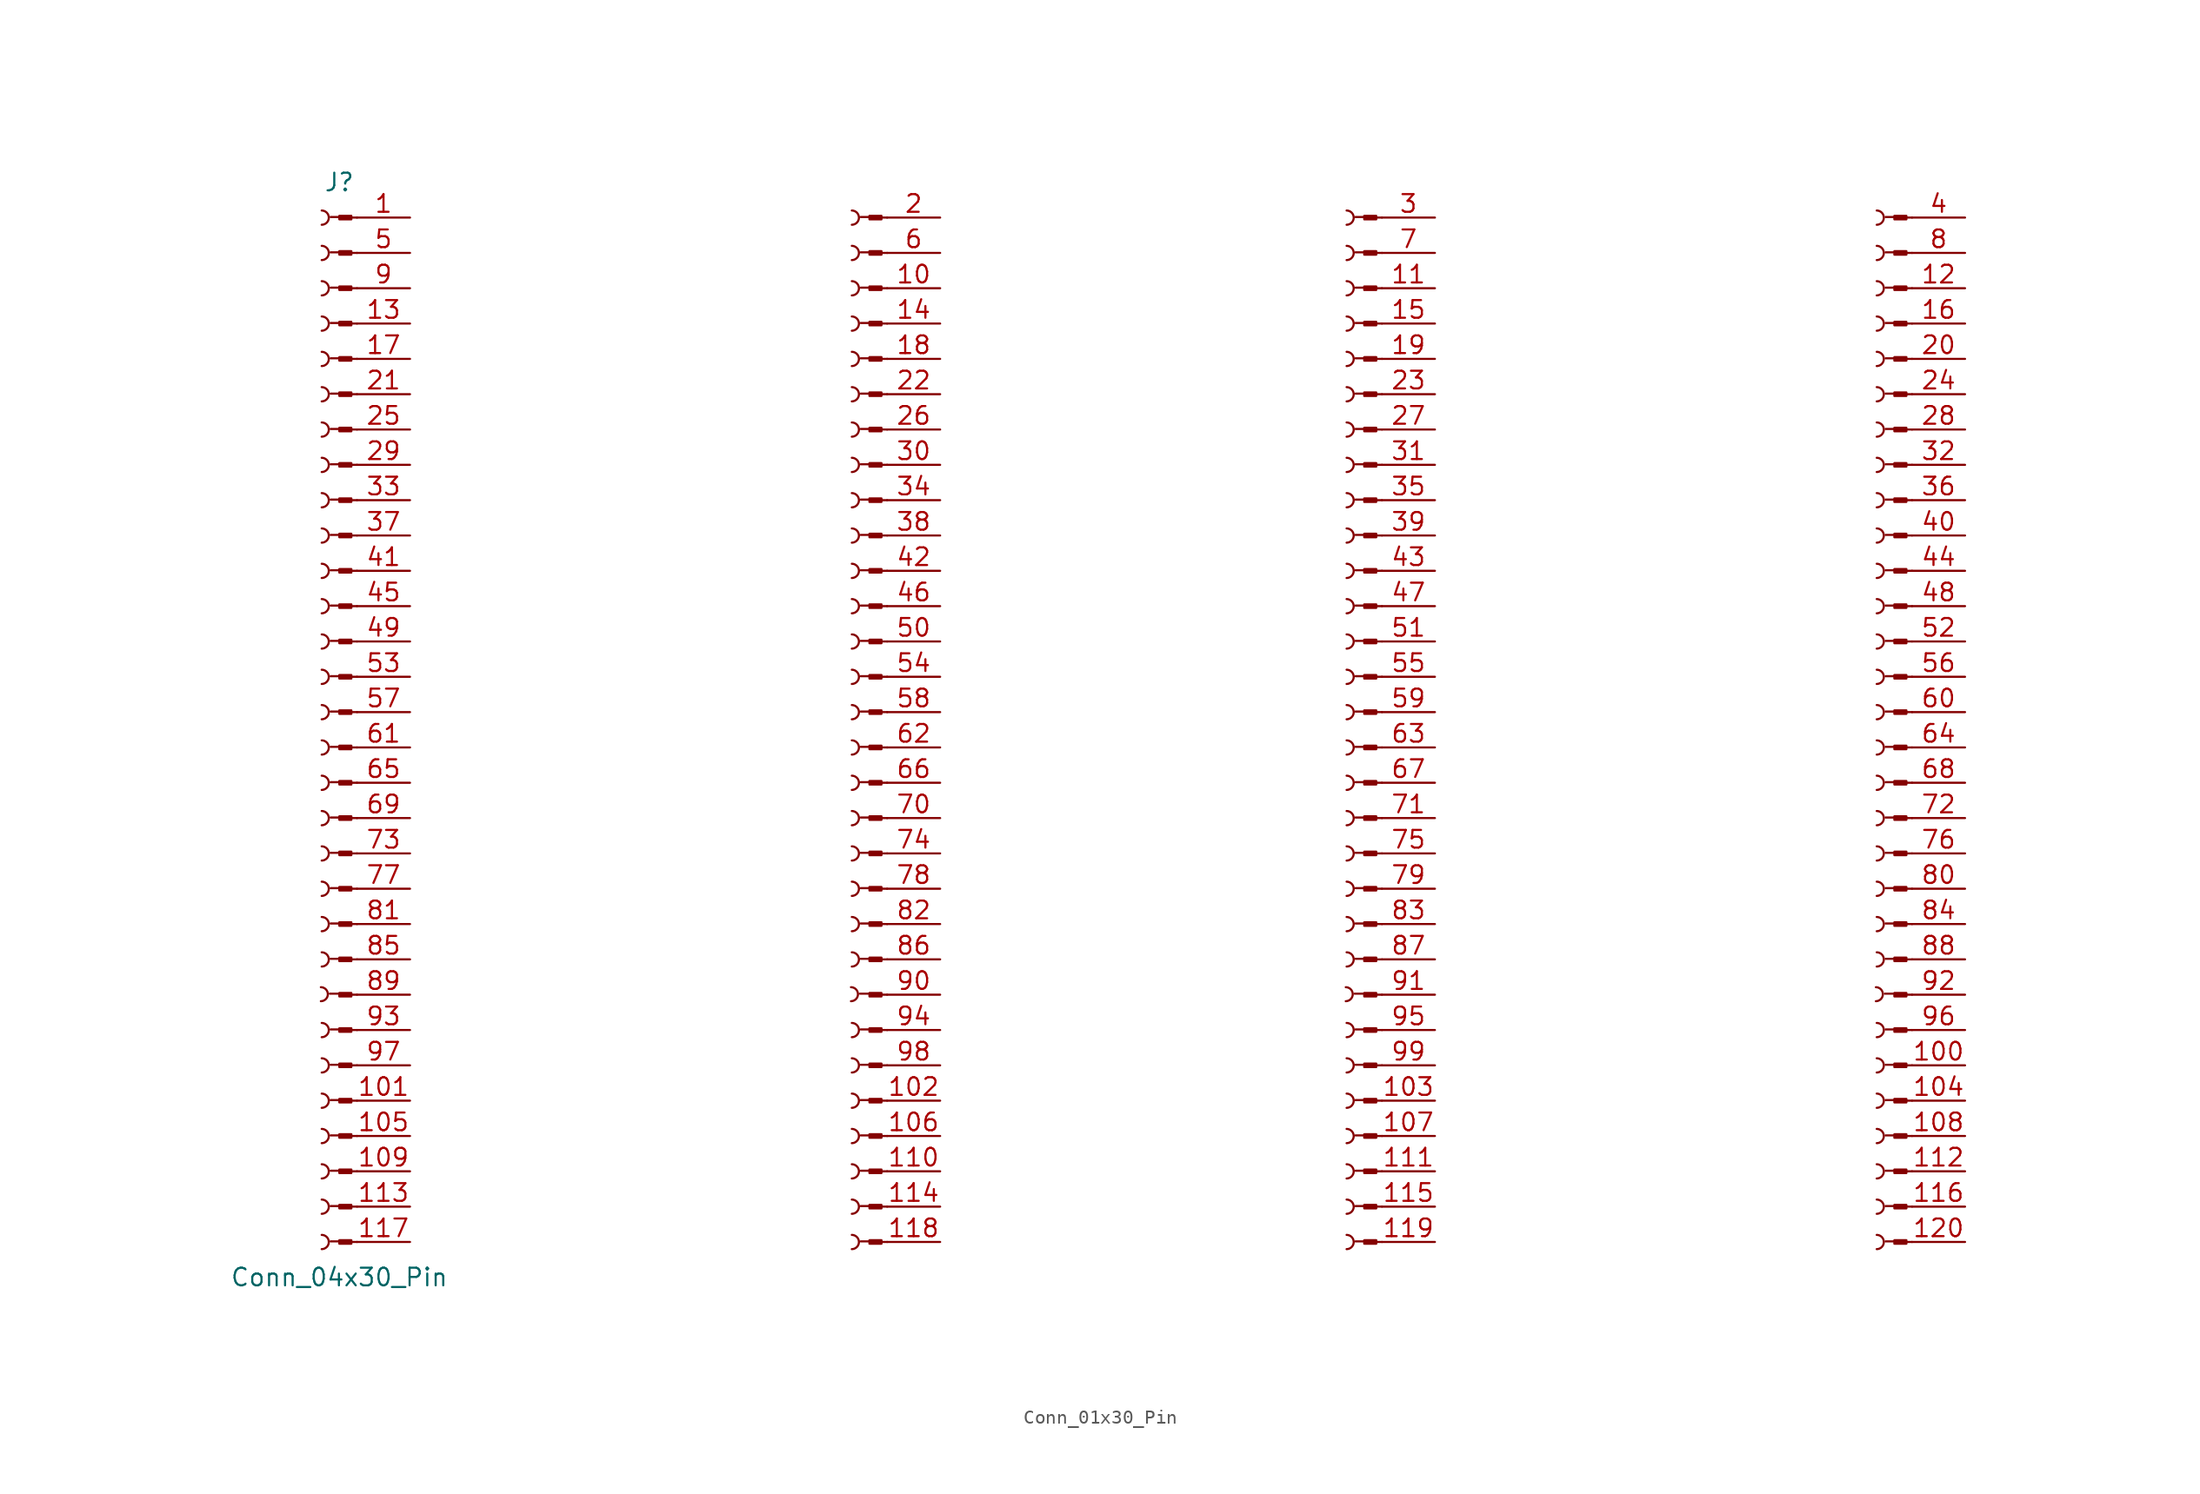
<source format=kicad_sym>
(kicad_symbol_lib
  (version 20220914)
  (generator kicad_symbol_editor)
  (symbol "Conn_01x30_Pin"
    (pin_names
      (offset 1.016) hide)
    (property "Reference" "J"
      (at 0 38.1 0)
      (effects (font (size 1.27 1.27))))
    (property "Value" "Conn_04x30_Pin"
      (at 0 -40.64 0)
      (effects (font (size 1.27 1.27))))
    (property "ki_locked" ""
      (at 0 0 0)
      (effects (font (size 1.27 1.27))))
    (symbol "Conn_01x30_Pin_1_1"
      (arc (start -1.3279 -20.7968) (mid -0.8221 -20.2888) (end -1.3279 -19.7808) (stroke (width 0.1524) (type default)) (fill (type none)))
      (arc (start -1.2678 -38.608) (mid -0.762 -38.1) (end -1.2678 -37.592) (stroke (width 0.1524) (type default)) (fill (type none)))
      (arc (start -1.2678 -36.068) (mid -0.762 -35.56) (end -1.2678 -35.052) (stroke (width 0.1524) (type default)) (fill (type none)))
      (arc (start -1.2678 -33.528) (mid -0.762 -33.02) (end -1.2678 -32.512) (stroke (width 0.1524) (type default)) (fill (type none)))
      (arc (start -1.2678 -30.988) (mid -0.762 -30.48) (end -1.2678 -29.972) (stroke (width 0.1524) (type default)) (fill (type none)))
      (arc (start -1.2678 -28.448) (mid -0.762 -27.94) (end -1.2678 -27.432) (stroke (width 0.1524) (type default)) (fill (type none)))
      (arc (start -1.2678 -25.908) (mid -0.762 -25.4) (end -1.2678 -24.892) (stroke (width 0.1524) (type default)) (fill (type none)))
      (arc (start -1.2678 -23.368) (mid -0.762 -22.86) (end -1.2678 -22.352) (stroke (width 0.1524) (type default)) (fill (type none)))
      (arc (start -1.2678 -18.288) (mid -0.762 -17.78) (end -1.2678 -17.272) (stroke (width 0.1524) (type default)) (fill (type none)))
      (arc (start -1.2678 -15.748) (mid -0.762 -15.24) (end -1.2678 -14.732) (stroke (width 0.1524) (type default)) (fill (type none)))
      (arc (start -1.2678 -13.208) (mid -0.762 -12.7) (end -1.2678 -12.192) (stroke (width 0.1524) (type default)) (fill (type none)))
      (arc (start -1.2678 -10.668) (mid -0.762 -10.16) (end -1.2678 -9.652) (stroke (width 0.1524) (type default)) (fill (type none)))
      (arc (start -1.2678 -8.128) (mid -0.762 -7.62) (end -1.2678 -7.112) (stroke (width 0.1524) (type default)) (fill (type none)))
      (arc (start -1.2678 -5.588) (mid -0.762 -5.08) (end -1.2678 -4.572) (stroke (width 0.1524) (type default)) (fill (type none)))
      (arc (start -1.2678 -3.048) (mid -0.762 -2.54) (end -1.2678 -2.032) (stroke (width 0.1524) (type default)) (fill (type none)))
      (arc (start -1.2678 -0.508) (mid -0.762 0) (end -1.2678 0.508) (stroke (width 0.1524) (type default)) (fill (type none)))
      (arc (start -1.2678 2.032) (mid -0.762 2.54) (end -1.2678 3.048) (stroke (width 0.1524) (type default)) (fill (type none)))
      (arc (start -1.2678 4.572) (mid -0.762 5.08) (end -1.2678 5.588) (stroke (width 0.1524) (type default)) (fill (type none)))
      (arc (start -1.2678 7.112) (mid -0.762 7.62) (end -1.2678 8.128) (stroke (width 0.1524) (type default)) (fill (type none)))
      (arc (start -1.2678 9.652) (mid -0.762 10.16) (end -1.2678 10.668) (stroke (width 0.1524) (type default)) (fill (type none)))
      (arc (start -1.2678 12.192) (mid -0.762 12.7) (end -1.2678 13.208) (stroke (width 0.1524) (type default)) (fill (type none)))
      (arc (start -1.2678 14.732) (mid -0.762 15.24) (end -1.2678 15.748) (stroke (width 0.1524) (type default)) (fill (type none)))
      (arc (start -1.2678 17.272) (mid -0.762 17.78) (end -1.2678 18.288) (stroke (width 0.1524) (type default)) (fill (type none)))
      (arc (start -1.2678 19.812) (mid -0.762 20.32) (end -1.2678 20.828) (stroke (width 0.1524) (type default)) (fill (type none)))
      (arc (start -1.2678 22.352) (mid -0.762 22.86) (end -1.2678 23.368) (stroke (width 0.1524) (type default)) (fill (type none)))
      (arc (start -1.2678 24.892) (mid -0.762 25.4) (end -1.2678 25.908) (stroke (width 0.1524) (type default)) (fill (type none)))
      (arc (start -1.2678 27.432) (mid -0.762 27.94) (end -1.2678 28.448) (stroke (width 0.1524) (type default)) (fill (type none)))
      (arc (start -1.2678 29.972) (mid -0.762 30.48) (end -1.2678 30.988) (stroke (width 0.1524) (type default)) (fill (type none)))
      (arc (start -1.2678 32.512) (mid -0.762 33.02) (end -1.2678 33.528) (stroke (width 0.1524) (type default)) (fill (type none)))
      (arc (start -1.2678 35.052) (mid -0.762 35.56) (end -1.2678 36.068) (stroke (width 0.1524) (type default)) (fill (type none)))
      (polyline (pts (xy 0.586 -20.248) (xy -0.684 -20.248)) (stroke (width 0) (type default)) (fill (type none)))
      (polyline (pts (xy 0.646 -38.059) (xy -0.624 -38.059)) (stroke (width 0) (type default)) (fill (type none)))
      (polyline (pts (xy 0.646 -35.519) (xy -0.624 -35.519)) (stroke (width 0) (type default)) (fill (type none)))
      (polyline (pts (xy 0.646 -32.979) (xy -0.624 -32.979)) (stroke (width 0) (type default)) (fill (type none)))
      (polyline (pts (xy 0.646 -30.439) (xy -0.624 -30.439)) (stroke (width 0) (type default)) (fill (type none)))
      (polyline (pts (xy 0.646 -27.899) (xy -0.624 -27.899)) (stroke (width 0) (type default)) (fill (type none)))
      (polyline (pts (xy 0.646 -25.359) (xy -0.624 -25.359)) (stroke (width 0) (type default)) (fill (type none)))
      (polyline (pts (xy 0.646 -22.819) (xy -0.624 -22.819)) (stroke (width 0) (type default)) (fill (type none)))
      (polyline (pts (xy 0.646 -17.739) (xy -0.624 -17.739)) (stroke (width 0) (type default)) (fill (type none)))
      (polyline (pts (xy 0.646 -15.199) (xy -0.624 -15.199)) (stroke (width 0) (type default)) (fill (type none)))
      (polyline (pts (xy 0.646 -12.659) (xy -0.624 -12.659)) (stroke (width 0) (type default)) (fill (type none)))
      (polyline (pts (xy 0.646 -10.119) (xy -0.624 -10.119)) (stroke (width 0) (type default)) (fill (type none)))
      (polyline (pts (xy 0.646 -7.579) (xy -0.624 -7.579)) (stroke (width 0) (type default)) (fill (type none)))
      (polyline (pts (xy 0.646 -5.039) (xy -0.624 -5.039)) (stroke (width 0) (type default)) (fill (type none)))
      (polyline (pts (xy 0.646 -2.499) (xy -0.624 -2.499)) (stroke (width 0) (type default)) (fill (type none)))
      (polyline (pts (xy 0.646 0.041) (xy -0.624 0.041)) (stroke (width 0) (type default)) (fill (type none)))
      (polyline (pts (xy 0.646 2.581) (xy -0.624 2.581)) (stroke (width 0) (type default)) (fill (type none)))
      (polyline (pts (xy 0.646 5.121) (xy -0.624 5.121)) (stroke (width 0) (type default)) (fill (type none)))
      (polyline (pts (xy 0.646 7.661) (xy -0.624 7.661)) (stroke (width 0) (type default)) (fill (type none)))
      (polyline (pts (xy 0.646 10.201) (xy -0.624 10.201)) (stroke (width 0) (type default)) (fill (type none)))
      (polyline (pts (xy 0.646 12.741) (xy -0.624 12.741)) (stroke (width 0) (type default)) (fill (type none)))
      (polyline (pts (xy 0.646 15.281) (xy -0.624 15.281)) (stroke (width 0) (type default)) (fill (type none)))
      (polyline (pts (xy 0.646 17.821) (xy -0.624 17.821)) (stroke (width 0) (type default)) (fill (type none)))
      (polyline (pts (xy 0.646 20.361) (xy -0.624 20.361)) (stroke (width 0) (type default)) (fill (type none)))
      (polyline (pts (xy 0.646 22.901) (xy -0.624 22.901)) (stroke (width 0) (type default)) (fill (type none)))
      (polyline (pts (xy 0.646 25.441) (xy -0.624 25.441)) (stroke (width 0) (type default)) (fill (type none)))
      (polyline (pts (xy 0.646 27.981) (xy -0.624 27.981)) (stroke (width 0) (type default)) (fill (type none)))
      (polyline (pts (xy 0.646 30.521) (xy -0.624 30.521)) (stroke (width 0) (type default)) (fill (type none)))
      (polyline (pts (xy 0.646 33.061) (xy -0.624 33.061)) (stroke (width 0) (type default)) (fill (type none)))
      (polyline (pts (xy 0.646 35.601) (xy -0.624 35.601)) (stroke (width 0) (type default)) (fill (type none)))
      (polyline (pts (xy 1.27 -38.1) (xy 0.864 -38.1)) (stroke (width 0.152) (type default)) (fill (type none)))
      (polyline (pts (xy 1.27 -35.56) (xy 0.864 -35.56)) (stroke (width 0.152) (type default)) (fill (type none)))
      (polyline (pts (xy 1.27 -33.02) (xy 0.864 -33.02)) (stroke (width 0.152) (type default)) (fill (type none)))
      (polyline (pts (xy 1.27 -30.48) (xy 0.864 -30.48)) (stroke (width 0.152) (type default)) (fill (type none)))
      (polyline (pts (xy 1.27 -27.94) (xy 0.864 -27.94)) (stroke (width 0.152) (type default)) (fill (type none)))
      (polyline (pts (xy 1.27 -25.4) (xy 0.864 -25.4)) (stroke (width 0.152) (type default)) (fill (type none)))
      (polyline (pts (xy 1.27 -22.86) (xy 0.864 -22.86)) (stroke (width 0.152) (type default)) (fill (type none)))
      (polyline (pts (xy 1.27 -20.32) (xy 0.864 -20.32)) (stroke (width 0.152) (type default)) (fill (type none)))
      (polyline (pts (xy 1.27 -17.78) (xy 0.864 -17.78)) (stroke (width 0.152) (type default)) (fill (type none)))
      (polyline (pts (xy 1.27 -15.24) (xy 0.864 -15.24)) (stroke (width 0.152) (type default)) (fill (type none)))
      (polyline (pts (xy 1.27 -12.7) (xy 0.864 -12.7)) (stroke (width 0.152) (type default)) (fill (type none)))
      (polyline (pts (xy 1.27 -10.16) (xy 0.864 -10.16)) (stroke (width 0.152) (type default)) (fill (type none)))
      (polyline (pts (xy 1.27 -7.62) (xy 0.864 -7.62)) (stroke (width 0.152) (type default)) (fill (type none)))
      (polyline (pts (xy 1.27 -5.08) (xy 0.864 -5.08)) (stroke (width 0.152) (type default)) (fill (type none)))
      (polyline (pts (xy 1.27 -2.54) (xy 0.864 -2.54)) (stroke (width 0.152) (type default)) (fill (type none)))
      (polyline (pts (xy 1.27 0) (xy 0.864 0)) (stroke (width 0.152) (type default)) (fill (type none)))
      (polyline (pts (xy 1.27 2.54) (xy 0.864 2.54)) (stroke (width 0.152) (type default)) (fill (type none)))
      (polyline (pts (xy 1.27 5.08) (xy 0.864 5.08)) (stroke (width 0.152) (type default)) (fill (type none)))
      (polyline (pts (xy 1.27 7.62) (xy 0.864 7.62)) (stroke (width 0.152) (type default)) (fill (type none)))
      (polyline (pts (xy 1.27 10.16) (xy 0.864 10.16)) (stroke (width 0.152) (type default)) (fill (type none)))
      (polyline (pts (xy 1.27 12.7) (xy 0.864 12.7)) (stroke (width 0.152) (type default)) (fill (type none)))
      (polyline (pts (xy 1.27 15.24) (xy 0.864 15.24)) (stroke (width 0.152) (type default)) (fill (type none)))
      (polyline (pts (xy 1.27 17.78) (xy 0.864 17.78)) (stroke (width 0.152) (type default)) (fill (type none)))
      (polyline (pts (xy 1.27 20.32) (xy 0.864 20.32)) (stroke (width 0.152) (type default)) (fill (type none)))
      (polyline (pts (xy 1.27 22.86) (xy 0.864 22.86)) (stroke (width 0.152) (type default)) (fill (type none)))
      (polyline (pts (xy 1.27 25.4) (xy 0.864 25.4)) (stroke (width 0.152) (type default)) (fill (type none)))
      (polyline (pts (xy 1.27 27.94) (xy 0.864 27.94)) (stroke (width 0.152) (type default)) (fill (type none)))
      (polyline (pts (xy 1.27 30.48) (xy 0.864 30.48)) (stroke (width 0.152) (type default)) (fill (type none)))
      (polyline (pts (xy 1.27 33.02) (xy 0.864 33.02)) (stroke (width 0.152) (type default)) (fill (type none)))
      (polyline (pts (xy 1.27 35.56) (xy 0.864 35.56)) (stroke (width 0.152) (type default)) (fill (type none)))
      (polyline (pts (xy 38.685 -20.248) (xy 37.416 -20.248)) (stroke (width 0) (type default)) (fill (type none)))
      (polyline (pts (xy 38.746 -38.059) (xy 37.476 -38.059)) (stroke (width 0) (type default)) (fill (type none)))
      (polyline (pts (xy 38.746 -35.519) (xy 37.476 -35.519)) (stroke (width 0) (type default)) (fill (type none)))
      (polyline (pts (xy 38.746 -32.979) (xy 37.476 -32.979)) (stroke (width 0) (type default)) (fill (type none)))
      (polyline (pts (xy 38.746 -30.439) (xy 37.476 -30.439)) (stroke (width 0) (type default)) (fill (type none)))
      (polyline (pts (xy 38.746 -27.899) (xy 37.476 -27.899)) (stroke (width 0) (type default)) (fill (type none)))
      (polyline (pts (xy 38.746 -25.359) (xy 37.476 -25.359)) (stroke (width 0) (type default)) (fill (type none)))
      (polyline (pts (xy 38.746 -22.819) (xy 37.476 -22.819)) (stroke (width 0) (type default)) (fill (type none)))
      (polyline (pts (xy 38.746 -17.739) (xy 37.476 -17.739)) (stroke (width 0) (type default)) (fill (type none)))
      (polyline (pts (xy 38.746 -15.199) (xy 37.476 -15.199)) (stroke (width 0) (type default)) (fill (type none)))
      (polyline (pts (xy 38.746 -12.659) (xy 37.476 -12.659)) (stroke (width 0) (type default)) (fill (type none)))
      (polyline (pts (xy 38.746 -10.119) (xy 37.476 -10.119)) (stroke (width 0) (type default)) (fill (type none)))
      (polyline (pts (xy 38.746 -7.579) (xy 37.476 -7.579)) (stroke (width 0) (type default)) (fill (type none)))
      (polyline (pts (xy 38.746 -5.039) (xy 37.476 -5.039)) (stroke (width 0) (type default)) (fill (type none)))
      (polyline (pts (xy 38.746 -2.499) (xy 37.476 -2.499)) (stroke (width 0) (type default)) (fill (type none)))
      (polyline (pts (xy 38.746 0.041) (xy 37.476 0.041)) (stroke (width 0) (type default)) (fill (type none)))
      (polyline (pts (xy 38.746 2.581) (xy 37.476 2.581)) (stroke (width 0) (type default)) (fill (type none)))
      (polyline (pts (xy 38.746 5.121) (xy 37.476 5.121)) (stroke (width 0) (type default)) (fill (type none)))
      (polyline (pts (xy 38.746 7.661) (xy 37.476 7.661)) (stroke (width 0) (type default)) (fill (type none)))
      (polyline (pts (xy 38.746 10.201) (xy 37.476 10.201)) (stroke (width 0) (type default)) (fill (type none)))
      (polyline (pts (xy 38.746 12.741) (xy 37.476 12.741)) (stroke (width 0) (type default)) (fill (type none)))
      (polyline (pts (xy 38.746 15.281) (xy 37.476 15.281)) (stroke (width 0) (type default)) (fill (type none)))
      (polyline (pts (xy 38.746 17.821) (xy 37.476 17.821)) (stroke (width 0) (type default)) (fill (type none)))
      (polyline (pts (xy 38.746 20.361) (xy 37.476 20.361)) (stroke (width 0) (type default)) (fill (type none)))
      (polyline (pts (xy 38.746 22.901) (xy 37.476 22.901)) (stroke (width 0) (type default)) (fill (type none)))
      (polyline (pts (xy 38.746 25.441) (xy 37.476 25.441)) (stroke (width 0) (type default)) (fill (type none)))
      (polyline (pts (xy 38.746 27.981) (xy 37.476 27.981)) (stroke (width 0) (type default)) (fill (type none)))
      (polyline (pts (xy 38.746 30.521) (xy 37.476 30.521)) (stroke (width 0) (type default)) (fill (type none)))
      (polyline (pts (xy 38.746 33.061) (xy 37.476 33.061)) (stroke (width 0) (type default)) (fill (type none)))
      (polyline (pts (xy 38.746 35.601) (xy 37.476 35.601)) (stroke (width 0) (type default)) (fill (type none)))
      (polyline (pts (xy 39.37 -38.1) (xy 38.964 -38.1)) (stroke (width 0.152) (type default)) (fill (type none)))
      (polyline (pts (xy 39.37 -35.56) (xy 38.964 -35.56)) (stroke (width 0.152) (type default)) (fill (type none)))
      (polyline (pts (xy 39.37 -33.02) (xy 38.964 -33.02)) (stroke (width 0.152) (type default)) (fill (type none)))
      (polyline (pts (xy 39.37 -30.48) (xy 38.964 -30.48)) (stroke (width 0.152) (type default)) (fill (type none)))
      (polyline (pts (xy 39.37 -27.94) (xy 38.964 -27.94)) (stroke (width 0.152) (type default)) (fill (type none)))
      (polyline (pts (xy 39.37 -25.4) (xy 38.964 -25.4)) (stroke (width 0.152) (type default)) (fill (type none)))
      (polyline (pts (xy 39.37 -22.86) (xy 38.964 -22.86)) (stroke (width 0.152) (type default)) (fill (type none)))
      (polyline (pts (xy 39.37 -20.32) (xy 38.964 -20.32)) (stroke (width 0.152) (type default)) (fill (type none)))
      (polyline (pts (xy 39.37 -17.78) (xy 38.964 -17.78)) (stroke (width 0.152) (type default)) (fill (type none)))
      (polyline (pts (xy 39.37 -15.24) (xy 38.964 -15.24)) (stroke (width 0.152) (type default)) (fill (type none)))
      (polyline (pts (xy 39.37 -12.7) (xy 38.964 -12.7)) (stroke (width 0.152) (type default)) (fill (type none)))
      (polyline (pts (xy 39.37 -10.16) (xy 38.964 -10.16)) (stroke (width 0.152) (type default)) (fill (type none)))
      (polyline (pts (xy 39.37 -7.62) (xy 38.964 -7.62)) (stroke (width 0.152) (type default)) (fill (type none)))
      (polyline (pts (xy 39.37 -5.08) (xy 38.964 -5.08)) (stroke (width 0.152) (type default)) (fill (type none)))
      (polyline (pts (xy 39.37 -2.54) (xy 38.964 -2.54)) (stroke (width 0.152) (type default)) (fill (type none)))
      (polyline (pts (xy 39.37 0) (xy 38.964 0)) (stroke (width 0.152) (type default)) (fill (type none)))
      (polyline (pts (xy 39.37 2.54) (xy 38.964 2.54)) (stroke (width 0.152) (type default)) (fill (type none)))
      (polyline (pts (xy 39.37 5.08) (xy 38.964 5.08)) (stroke (width 0.152) (type default)) (fill (type none)))
      (polyline (pts (xy 39.37 7.62) (xy 38.964 7.62)) (stroke (width 0.152) (type default)) (fill (type none)))
      (polyline (pts (xy 39.37 10.16) (xy 38.964 10.16)) (stroke (width 0.152) (type default)) (fill (type none)))
      (polyline (pts (xy 39.37 12.7) (xy 38.964 12.7)) (stroke (width 0.152) (type default)) (fill (type none)))
      (polyline (pts (xy 39.37 15.24) (xy 38.964 15.24)) (stroke (width 0.152) (type default)) (fill (type none)))
      (polyline (pts (xy 39.37 17.78) (xy 38.964 17.78)) (stroke (width 0.152) (type default)) (fill (type none)))
      (polyline (pts (xy 39.37 20.32) (xy 38.964 20.32)) (stroke (width 0.152) (type default)) (fill (type none)))
      (polyline (pts (xy 39.37 22.86) (xy 38.964 22.86)) (stroke (width 0.152) (type default)) (fill (type none)))
      (polyline (pts (xy 39.37 25.4) (xy 38.964 25.4)) (stroke (width 0.152) (type default)) (fill (type none)))
      (polyline (pts (xy 39.37 27.94) (xy 38.964 27.94)) (stroke (width 0.152) (type default)) (fill (type none)))
      (polyline (pts (xy 39.37 30.48) (xy 38.964 30.48)) (stroke (width 0.152) (type default)) (fill (type none)))
      (polyline (pts (xy 39.37 33.02) (xy 38.964 33.02)) (stroke (width 0.152) (type default)) (fill (type none)))
      (polyline (pts (xy 39.37 35.56) (xy 38.964 35.56)) (stroke (width 0.152) (type default)) (fill (type none)))
      (polyline (pts (xy 74.246 -20.248) (xy 72.975 -20.248)) (stroke (width 0) (type default)) (fill (type none)))
      (polyline (pts (xy 74.306 -38.059) (xy 73.036 -38.059)) (stroke (width 0) (type default)) (fill (type none)))
      (polyline (pts (xy 74.306 -35.519) (xy 73.036 -35.519)) (stroke (width 0) (type default)) (fill (type none)))
      (polyline (pts (xy 74.306 -32.979) (xy 73.036 -32.979)) (stroke (width 0) (type default)) (fill (type none)))
      (polyline (pts (xy 74.306 -30.439) (xy 73.036 -30.439)) (stroke (width 0) (type default)) (fill (type none)))
      (polyline (pts (xy 74.306 -27.899) (xy 73.036 -27.899)) (stroke (width 0) (type default)) (fill (type none)))
      (polyline (pts (xy 74.306 -25.359) (xy 73.036 -25.359)) (stroke (width 0) (type default)) (fill (type none)))
      (polyline (pts (xy 74.306 -22.819) (xy 73.036 -22.819)) (stroke (width 0) (type default)) (fill (type none)))
      (polyline (pts (xy 74.306 -17.739) (xy 73.036 -17.739)) (stroke (width 0) (type default)) (fill (type none)))
      (polyline (pts (xy 74.306 -15.199) (xy 73.036 -15.199)) (stroke (width 0) (type default)) (fill (type none)))
      (polyline (pts (xy 74.306 -12.659) (xy 73.036 -12.659)) (stroke (width 0) (type default)) (fill (type none)))
      (polyline (pts (xy 74.306 -10.119) (xy 73.036 -10.119)) (stroke (width 0) (type default)) (fill (type none)))
      (polyline (pts (xy 74.306 -7.579) (xy 73.036 -7.579)) (stroke (width 0) (type default)) (fill (type none)))
      (polyline (pts (xy 74.306 -5.039) (xy 73.036 -5.039)) (stroke (width 0) (type default)) (fill (type none)))
      (polyline (pts (xy 74.306 -2.499) (xy 73.036 -2.499)) (stroke (width 0) (type default)) (fill (type none)))
      (polyline (pts (xy 74.306 0.041) (xy 73.036 0.041)) (stroke (width 0) (type default)) (fill (type none)))
      (polyline (pts (xy 74.306 2.581) (xy 73.036 2.581)) (stroke (width 0) (type default)) (fill (type none)))
      (polyline (pts (xy 74.306 5.121) (xy 73.036 5.121)) (stroke (width 0) (type default)) (fill (type none)))
      (polyline (pts (xy 74.306 7.661) (xy 73.036 7.661)) (stroke (width 0) (type default)) (fill (type none)))
      (polyline (pts (xy 74.306 10.201) (xy 73.036 10.201)) (stroke (width 0) (type default)) (fill (type none)))
      (polyline (pts (xy 74.306 12.741) (xy 73.036 12.741)) (stroke (width 0) (type default)) (fill (type none)))
      (polyline (pts (xy 74.306 15.281) (xy 73.036 15.281)) (stroke (width 0) (type default)) (fill (type none)))
      (polyline (pts (xy 74.306 17.821) (xy 73.036 17.821)) (stroke (width 0) (type default)) (fill (type none)))
      (polyline (pts (xy 74.306 20.361) (xy 73.036 20.361)) (stroke (width 0) (type default)) (fill (type none)))
      (polyline (pts (xy 74.306 22.901) (xy 73.036 22.901)) (stroke (width 0) (type default)) (fill (type none)))
      (polyline (pts (xy 74.306 25.441) (xy 73.036 25.441)) (stroke (width 0) (type default)) (fill (type none)))
      (polyline (pts (xy 74.306 27.981) (xy 73.036 27.981)) (stroke (width 0) (type default)) (fill (type none)))
      (polyline (pts (xy 74.306 30.521) (xy 73.036 30.521)) (stroke (width 0) (type default)) (fill (type none)))
      (polyline (pts (xy 74.306 33.061) (xy 73.036 33.061)) (stroke (width 0) (type default)) (fill (type none)))
      (polyline (pts (xy 74.306 35.601) (xy 73.036 35.601)) (stroke (width 0) (type default)) (fill (type none)))
      (polyline (pts (xy 74.93 -38.1) (xy 74.524 -38.1)) (stroke (width 0.152) (type default)) (fill (type none)))
      (polyline (pts (xy 74.93 -35.56) (xy 74.524 -35.56)) (stroke (width 0.152) (type default)) (fill (type none)))
      (polyline (pts (xy 74.93 -33.02) (xy 74.524 -33.02)) (stroke (width 0.152) (type default)) (fill (type none)))
      (polyline (pts (xy 74.93 -30.48) (xy 74.524 -30.48)) (stroke (width 0.152) (type default)) (fill (type none)))
      (polyline (pts (xy 74.93 -27.94) (xy 74.524 -27.94)) (stroke (width 0.152) (type default)) (fill (type none)))
      (polyline (pts (xy 74.93 -25.4) (xy 74.524 -25.4)) (stroke (width 0.152) (type default)) (fill (type none)))
      (polyline (pts (xy 74.93 -22.86) (xy 74.524 -22.86)) (stroke (width 0.152) (type default)) (fill (type none)))
      (polyline (pts (xy 74.93 -20.32) (xy 74.524 -20.32)) (stroke (width 0.152) (type default)) (fill (type none)))
      (polyline (pts (xy 74.93 -17.78) (xy 74.524 -17.78)) (stroke (width 0.152) (type default)) (fill (type none)))
      (polyline (pts (xy 74.93 -15.24) (xy 74.524 -15.24)) (stroke (width 0.152) (type default)) (fill (type none)))
      (polyline (pts (xy 74.93 -12.7) (xy 74.524 -12.7)) (stroke (width 0.152) (type default)) (fill (type none)))
      (polyline (pts (xy 74.93 -10.16) (xy 74.524 -10.16)) (stroke (width 0.152) (type default)) (fill (type none)))
      (polyline (pts (xy 74.93 -7.62) (xy 74.524 -7.62)) (stroke (width 0.152) (type default)) (fill (type none)))
      (polyline (pts (xy 74.93 -5.08) (xy 74.524 -5.08)) (stroke (width 0.152) (type default)) (fill (type none)))
      (polyline (pts (xy 74.93 -2.54) (xy 74.524 -2.54)) (stroke (width 0.152) (type default)) (fill (type none)))
      (polyline (pts (xy 74.93 0) (xy 74.524 0)) (stroke (width 0.152) (type default)) (fill (type none)))
      (polyline (pts (xy 74.93 2.54) (xy 74.524 2.54)) (stroke (width 0.152) (type default)) (fill (type none)))
      (polyline (pts (xy 74.93 5.08) (xy 74.524 5.08)) (stroke (width 0.152) (type default)) (fill (type none)))
      (polyline (pts (xy 74.93 7.62) (xy 74.524 7.62)) (stroke (width 0.152) (type default)) (fill (type none)))
      (polyline (pts (xy 74.93 10.16) (xy 74.524 10.16)) (stroke (width 0.152) (type default)) (fill (type none)))
      (polyline (pts (xy 74.93 12.7) (xy 74.524 12.7)) (stroke (width 0.152) (type default)) (fill (type none)))
      (polyline (pts (xy 74.93 15.24) (xy 74.524 15.24)) (stroke (width 0.152) (type default)) (fill (type none)))
      (polyline (pts (xy 74.93 17.78) (xy 74.524 17.78)) (stroke (width 0.152) (type default)) (fill (type none)))
      (polyline (pts (xy 74.93 20.32) (xy 74.524 20.32)) (stroke (width 0.152) (type default)) (fill (type none)))
      (polyline (pts (xy 74.93 22.86) (xy 74.524 22.86)) (stroke (width 0.152) (type default)) (fill (type none)))
      (polyline (pts (xy 74.93 25.4) (xy 74.524 25.4)) (stroke (width 0.152) (type default)) (fill (type none)))
      (polyline (pts (xy 74.93 27.94) (xy 74.524 27.94)) (stroke (width 0.152) (type default)) (fill (type none)))
      (polyline (pts (xy 74.93 30.48) (xy 74.524 30.48)) (stroke (width 0.152) (type default)) (fill (type none)))
      (polyline (pts (xy 74.93 33.02) (xy 74.524 33.02)) (stroke (width 0.152) (type default)) (fill (type none)))
      (polyline (pts (xy 74.93 35.56) (xy 74.524 35.56)) (stroke (width 0.152) (type default)) (fill (type none)))
      (polyline (pts (xy 112.346 -20.248) (xy 111.076 -20.248)) (stroke (width 0) (type default)) (fill (type none)))
      (polyline (pts (xy 112.406 -38.059) (xy 111.136 -38.059)) (stroke (width 0) (type default)) (fill (type none)))
      (polyline (pts (xy 112.406 -35.519) (xy 111.136 -35.519)) (stroke (width 0) (type default)) (fill (type none)))
      (polyline (pts (xy 112.406 -32.979) (xy 111.136 -32.979)) (stroke (width 0) (type default)) (fill (type none)))
      (polyline (pts (xy 112.406 -30.439) (xy 111.136 -30.439)) (stroke (width 0) (type default)) (fill (type none)))
      (polyline (pts (xy 112.406 -27.899) (xy 111.136 -27.899)) (stroke (width 0) (type default)) (fill (type none)))
      (polyline (pts (xy 112.406 -25.359) (xy 111.136 -25.359)) (stroke (width 0) (type default)) (fill (type none)))
      (polyline (pts (xy 112.406 -22.819) (xy 111.136 -22.819)) (stroke (width 0) (type default)) (fill (type none)))
      (polyline (pts (xy 112.406 -17.739) (xy 111.136 -17.739)) (stroke (width 0) (type default)) (fill (type none)))
      (polyline (pts (xy 112.406 -15.199) (xy 111.136 -15.199)) (stroke (width 0) (type default)) (fill (type none)))
      (polyline (pts (xy 112.406 -12.659) (xy 111.136 -12.659)) (stroke (width 0) (type default)) (fill (type none)))
      (polyline (pts (xy 112.406 -10.119) (xy 111.136 -10.119)) (stroke (width 0) (type default)) (fill (type none)))
      (polyline (pts (xy 112.406 -7.579) (xy 111.136 -7.579)) (stroke (width 0) (type default)) (fill (type none)))
      (polyline (pts (xy 112.406 -5.039) (xy 111.136 -5.039)) (stroke (width 0) (type default)) (fill (type none)))
      (polyline (pts (xy 112.406 -2.499) (xy 111.136 -2.499)) (stroke (width 0) (type default)) (fill (type none)))
      (polyline (pts (xy 112.406 0.041) (xy 111.136 0.041)) (stroke (width 0) (type default)) (fill (type none)))
      (polyline (pts (xy 112.406 2.581) (xy 111.136 2.581)) (stroke (width 0) (type default)) (fill (type none)))
      (polyline (pts (xy 112.406 5.121) (xy 111.136 5.121)) (stroke (width 0) (type default)) (fill (type none)))
      (polyline (pts (xy 112.406 7.661) (xy 111.136 7.661)) (stroke (width 0) (type default)) (fill (type none)))
      (polyline (pts (xy 112.406 10.201) (xy 111.136 10.201)) (stroke (width 0) (type default)) (fill (type none)))
      (polyline (pts (xy 112.406 12.741) (xy 111.136 12.741)) (stroke (width 0) (type default)) (fill (type none)))
      (polyline (pts (xy 112.406 15.281) (xy 111.136 15.281)) (stroke (width 0) (type default)) (fill (type none)))
      (polyline (pts (xy 112.406 17.821) (xy 111.136 17.821)) (stroke (width 0) (type default)) (fill (type none)))
      (polyline (pts (xy 112.406 20.361) (xy 111.136 20.361)) (stroke (width 0) (type default)) (fill (type none)))
      (polyline (pts (xy 112.406 22.901) (xy 111.136 22.901)) (stroke (width 0) (type default)) (fill (type none)))
      (polyline (pts (xy 112.406 25.441) (xy 111.136 25.441)) (stroke (width 0) (type default)) (fill (type none)))
      (polyline (pts (xy 112.406 27.981) (xy 111.136 27.981)) (stroke (width 0) (type default)) (fill (type none)))
      (polyline (pts (xy 112.406 30.521) (xy 111.136 30.521)) (stroke (width 0) (type default)) (fill (type none)))
      (polyline (pts (xy 112.406 33.061) (xy 111.136 33.061)) (stroke (width 0) (type default)) (fill (type none)))
      (polyline (pts (xy 112.406 35.601) (xy 111.136 35.601)) (stroke (width 0) (type default)) (fill (type none)))
      (polyline (pts (xy 113.03 -38.1) (xy 112.624 -38.1)) (stroke (width 0.152) (type default)) (fill (type none)))
      (polyline (pts (xy 113.03 -35.56) (xy 112.624 -35.56)) (stroke (width 0.152) (type default)) (fill (type none)))
      (polyline (pts (xy 113.03 -33.02) (xy 112.624 -33.02)) (stroke (width 0.152) (type default)) (fill (type none)))
      (polyline (pts (xy 113.03 -30.48) (xy 112.624 -30.48)) (stroke (width 0.152) (type default)) (fill (type none)))
      (polyline (pts (xy 113.03 -27.94) (xy 112.624 -27.94)) (stroke (width 0.152) (type default)) (fill (type none)))
      (polyline (pts (xy 113.03 -25.4) (xy 112.624 -25.4)) (stroke (width 0.152) (type default)) (fill (type none)))
      (polyline (pts (xy 113.03 -22.86) (xy 112.624 -22.86)) (stroke (width 0.152) (type default)) (fill (type none)))
      (polyline (pts (xy 113.03 -20.32) (xy 112.624 -20.32)) (stroke (width 0.152) (type default)) (fill (type none)))
      (polyline (pts (xy 113.03 -17.78) (xy 112.624 -17.78)) (stroke (width 0.152) (type default)) (fill (type none)))
      (polyline (pts (xy 113.03 -15.24) (xy 112.624 -15.24)) (stroke (width 0.152) (type default)) (fill (type none)))
      (polyline (pts (xy 113.03 -12.7) (xy 112.624 -12.7)) (stroke (width 0.152) (type default)) (fill (type none)))
      (polyline (pts (xy 113.03 -10.16) (xy 112.624 -10.16)) (stroke (width 0.152) (type default)) (fill (type none)))
      (polyline (pts (xy 113.03 -7.62) (xy 112.624 -7.62)) (stroke (width 0.152) (type default)) (fill (type none)))
      (polyline (pts (xy 113.03 -5.08) (xy 112.624 -5.08)) (stroke (width 0.152) (type default)) (fill (type none)))
      (polyline (pts (xy 113.03 -2.54) (xy 112.624 -2.54)) (stroke (width 0.152) (type default)) (fill (type none)))
      (polyline (pts (xy 113.03 0) (xy 112.624 0)) (stroke (width 0.152) (type default)) (fill (type none)))
      (polyline (pts (xy 113.03 2.54) (xy 112.624 2.54)) (stroke (width 0.152) (type default)) (fill (type none)))
      (polyline (pts (xy 113.03 5.08) (xy 112.624 5.08)) (stroke (width 0.152) (type default)) (fill (type none)))
      (polyline (pts (xy 113.03 7.62) (xy 112.624 7.62)) (stroke (width 0.152) (type default)) (fill (type none)))
      (polyline (pts (xy 113.03 10.16) (xy 112.624 10.16)) (stroke (width 0.152) (type default)) (fill (type none)))
      (polyline (pts (xy 113.03 12.7) (xy 112.624 12.7)) (stroke (width 0.152) (type default)) (fill (type none)))
      (polyline (pts (xy 113.03 15.24) (xy 112.624 15.24)) (stroke (width 0.152) (type default)) (fill (type none)))
      (polyline (pts (xy 113.03 17.78) (xy 112.624 17.78)) (stroke (width 0.152) (type default)) (fill (type none)))
      (polyline (pts (xy 113.03 20.32) (xy 112.624 20.32)) (stroke (width 0.152) (type default)) (fill (type none)))
      (polyline (pts (xy 113.03 22.86) (xy 112.624 22.86)) (stroke (width 0.152) (type default)) (fill (type none)))
      (polyline (pts (xy 113.03 25.4) (xy 112.624 25.4)) (stroke (width 0.152) (type default)) (fill (type none)))
      (polyline (pts (xy 113.03 27.94) (xy 112.624 27.94)) (stroke (width 0.152) (type default)) (fill (type none)))
      (polyline (pts (xy 113.03 30.48) (xy 112.624 30.48)) (stroke (width 0.152) (type default)) (fill (type none)))
      (polyline (pts (xy 113.03 33.02) (xy 112.624 33.02)) (stroke (width 0.152) (type default)) (fill (type none)))
      (polyline (pts (xy 113.03 35.56) (xy 112.624 35.56)) (stroke (width 0.152) (type default)) (fill (type none)))
      (rectangle (start 0.864 -37.973) (end 0 -38.227) (stroke (width 0.152) (type default)) (fill (type outline)))
      (rectangle (start 0.864 -35.433) (end 0 -35.687) (stroke (width 0.152) (type default)) (fill (type outline)))
      (rectangle (start 0.864 -32.893) (end 0 -33.147) (stroke (width 0.152) (type default)) (fill (type outline)))
      (rectangle (start 0.864 -30.353) (end 0 -30.607) (stroke (width 0.152) (type default)) (fill (type outline)))
      (rectangle (start 0.864 -27.813) (end 0 -28.067) (stroke (width 0.152) (type default)) (fill (type outline)))
      (rectangle (start 0.864 -25.273) (end 0 -25.527) (stroke (width 0.152) (type default)) (fill (type outline)))
      (rectangle (start 0.864 -22.733) (end 0 -22.987) (stroke (width 0.152) (type default)) (fill (type outline)))
      (rectangle (start 0.864 -20.193) (end 0 -20.447) (stroke (width 0.152) (type default)) (fill (type outline)))
      (rectangle (start 0.864 -17.653) (end 0 -17.907) (stroke (width 0.152) (type default)) (fill (type outline)))
      (rectangle (start 0.864 -15.113) (end 0 -15.367) (stroke (width 0.152) (type default)) (fill (type outline)))
      (rectangle (start 0.864 -12.573) (end 0 -12.827) (stroke (width 0.152) (type default)) (fill (type outline)))
      (rectangle (start 0.864 -10.033) (end 0 -10.287) (stroke (width 0.152) (type default)) (fill (type outline)))
      (rectangle (start 0.864 -7.493) (end 0 -7.747) (stroke (width 0.152) (type default)) (fill (type outline)))
      (rectangle (start 0.864 -4.953) (end 0 -5.207) (stroke (width 0.152) (type default)) (fill (type outline)))
      (rectangle (start 0.864 -2.413) (end 0 -2.667) (stroke (width 0.152) (type default)) (fill (type outline)))
      (rectangle (start 0.864 0.127) (end 0 -0.127) (stroke (width 0.152) (type default)) (fill (type outline)))
      (rectangle (start 0.864 2.667) (end 0 2.413) (stroke (width 0.152) (type default)) (fill (type outline)))
      (rectangle (start 0.864 5.207) (end 0 4.953) (stroke (width 0.152) (type default)) (fill (type outline)))
      (rectangle (start 0.864 7.747) (end 0 7.493) (stroke (width 0.152) (type default)) (fill (type outline)))
      (rectangle (start 0.864 10.287) (end 0 10.033) (stroke (width 0.152) (type default)) (fill (type outline)))
      (rectangle (start 0.864 12.827) (end 0 12.573) (stroke (width 0.152) (type default)) (fill (type outline)))
      (rectangle (start 0.864 15.367) (end 0 15.113) (stroke (width 0.152) (type default)) (fill (type outline)))
      (rectangle (start 0.864 17.907) (end 0 17.653) (stroke (width 0.152) (type default)) (fill (type outline)))
      (rectangle (start 0.864 20.447) (end 0 20.193) (stroke (width 0.152) (type default)) (fill (type outline)))
      (rectangle (start 0.864 22.987) (end 0 22.733) (stroke (width 0.152) (type default)) (fill (type outline)))
      (rectangle (start 0.864 25.527) (end 0 25.273) (stroke (width 0.152) (type default)) (fill (type outline)))
      (rectangle (start 0.864 28.067) (end 0 27.813) (stroke (width 0.152) (type default)) (fill (type outline)))
      (rectangle (start 0.864 30.607) (end 0 30.353) (stroke (width 0.152) (type default)) (fill (type outline)))
      (rectangle (start 0.864 33.147) (end 0 32.893) (stroke (width 0.152) (type default)) (fill (type outline)))
      (rectangle (start 0.864 35.687) (end 0 35.433) (stroke (width 0.152) (type default)) (fill (type outline)))
      (arc (start 36.7721 -20.7968) (mid 37.2779 -20.2888) (end 36.7721 -19.7808) (stroke (width 0.1524) (type default)) (fill (type none)))
      (arc (start 36.8322 -38.608) (mid 37.338 -38.1) (end 36.8322 -37.592) (stroke (width 0.1524) (type default)) (fill (type none)))
      (arc (start 36.8322 -36.068) (mid 37.338 -35.56) (end 36.8322 -35.052) (stroke (width 0.1524) (type default)) (fill (type none)))
      (arc (start 36.8322 -33.528) (mid 37.338 -33.02) (end 36.8322 -32.512) (stroke (width 0.1524) (type default)) (fill (type none)))
      (arc (start 36.8322 -30.988) (mid 37.338 -30.48) (end 36.8322 -29.972) (stroke (width 0.1524) (type default)) (fill (type none)))
      (arc (start 36.8322 -28.448) (mid 37.338 -27.94) (end 36.8322 -27.432) (stroke (width 0.1524) (type default)) (fill (type none)))
      (arc (start 36.8322 -25.908) (mid 37.338 -25.4) (end 36.8322 -24.892) (stroke (width 0.1524) (type default)) (fill (type none)))
      (arc (start 36.8322 -23.368) (mid 37.338 -22.86) (end 36.8322 -22.352) (stroke (width 0.1524) (type default)) (fill (type none)))
      (arc (start 36.8322 -18.288) (mid 37.338 -17.78) (end 36.8322 -17.272) (stroke (width 0.1524) (type default)) (fill (type none)))
      (arc (start 36.8322 -15.748) (mid 37.338 -15.24) (end 36.8322 -14.732) (stroke (width 0.1524) (type default)) (fill (type none)))
      (arc (start 36.8322 -13.208) (mid 37.338 -12.7) (end 36.8322 -12.192) (stroke (width 0.1524) (type default)) (fill (type none)))
      (arc (start 36.8322 -10.668) (mid 37.338 -10.16) (end 36.8322 -9.652) (stroke (width 0.1524) (type default)) (fill (type none)))
      (arc (start 36.8322 -8.128) (mid 37.338 -7.62) (end 36.8322 -7.112) (stroke (width 0.1524) (type default)) (fill (type none)))
      (arc (start 36.8322 -5.588) (mid 37.338 -5.08) (end 36.8322 -4.572) (stroke (width 0.1524) (type default)) (fill (type none)))
      (arc (start 36.8322 -3.048) (mid 37.338 -2.54) (end 36.8322 -2.032) (stroke (width 0.1524) (type default)) (fill (type none)))
      (arc (start 36.8322 -0.508) (mid 37.338 0) (end 36.8322 0.508) (stroke (width 0.1524) (type default)) (fill (type none)))
      (arc (start 36.8322 2.032) (mid 37.338 2.54) (end 36.8322 3.048) (stroke (width 0.1524) (type default)) (fill (type none)))
      (arc (start 36.8322 4.572) (mid 37.338 5.08) (end 36.8322 5.588) (stroke (width 0.1524) (type default)) (fill (type none)))
      (arc (start 36.8322 7.112) (mid 37.338 7.62) (end 36.8322 8.128) (stroke (width 0.1524) (type default)) (fill (type none)))
      (arc (start 36.8322 9.652) (mid 37.338 10.16) (end 36.8322 10.668) (stroke (width 0.1524) (type default)) (fill (type none)))
      (arc (start 36.8322 12.192) (mid 37.338 12.7) (end 36.8322 13.208) (stroke (width 0.1524) (type default)) (fill (type none)))
      (arc (start 36.8322 14.732) (mid 37.338 15.24) (end 36.8322 15.748) (stroke (width 0.1524) (type default)) (fill (type none)))
      (arc (start 36.8322 17.272) (mid 37.338 17.78) (end 36.8322 18.288) (stroke (width 0.1524) (type default)) (fill (type none)))
      (arc (start 36.8322 19.812) (mid 37.338 20.32) (end 36.8322 20.828) (stroke (width 0.1524) (type default)) (fill (type none)))
      (arc (start 36.8322 22.352) (mid 37.338 22.86) (end 36.8322 23.368) (stroke (width 0.1524) (type default)) (fill (type none)))
      (arc (start 36.8322 24.892) (mid 37.338 25.4) (end 36.8322 25.908) (stroke (width 0.1524) (type default)) (fill (type none)))
      (arc (start 36.8322 27.432) (mid 37.338 27.94) (end 36.8322 28.448) (stroke (width 0.1524) (type default)) (fill (type none)))
      (arc (start 36.8322 29.972) (mid 37.338 30.48) (end 36.8322 30.988) (stroke (width 0.1524) (type default)) (fill (type none)))
      (arc (start 36.8322 32.512) (mid 37.338 33.02) (end 36.8322 33.528) (stroke (width 0.1524) (type default)) (fill (type none)))
      (arc (start 36.8322 35.052) (mid 37.338 35.56) (end 36.8322 36.068) (stroke (width 0.1524) (type default)) (fill (type none)))
      (rectangle (start 38.964 -37.973) (end 38.1 -38.227) (stroke (width 0.152) (type default)) (fill (type outline)))
      (rectangle (start 38.964 -35.433) (end 38.1 -35.687) (stroke (width 0.152) (type default)) (fill (type outline)))
      (rectangle (start 38.964 -32.893) (end 38.1 -33.147) (stroke (width 0.152) (type default)) (fill (type outline)))
      (rectangle (start 38.964 -30.353) (end 38.1 -30.607) (stroke (width 0.152) (type default)) (fill (type outline)))
      (rectangle (start 38.964 -27.813) (end 38.1 -28.067) (stroke (width 0.152) (type default)) (fill (type outline)))
      (rectangle (start 38.964 -25.273) (end 38.1 -25.527) (stroke (width 0.152) (type default)) (fill (type outline)))
      (rectangle (start 38.964 -22.733) (end 38.1 -22.987) (stroke (width 0.152) (type default)) (fill (type outline)))
      (rectangle (start 38.964 -20.193) (end 38.1 -20.447) (stroke (width 0.152) (type default)) (fill (type outline)))
      (rectangle (start 38.964 -17.653) (end 38.1 -17.907) (stroke (width 0.152) (type default)) (fill (type outline)))
      (rectangle (start 38.964 -15.113) (end 38.1 -15.367) (stroke (width 0.152) (type default)) (fill (type outline)))
      (rectangle (start 38.964 -12.573) (end 38.1 -12.827) (stroke (width 0.152) (type default)) (fill (type outline)))
      (rectangle (start 38.964 -10.033) (end 38.1 -10.287) (stroke (width 0.152) (type default)) (fill (type outline)))
      (rectangle (start 38.964 -7.493) (end 38.1 -7.747) (stroke (width 0.152) (type default)) (fill (type outline)))
      (rectangle (start 38.964 -4.953) (end 38.1 -5.207) (stroke (width 0.152) (type default)) (fill (type outline)))
      (rectangle (start 38.964 -2.413) (end 38.1 -2.667) (stroke (width 0.152) (type default)) (fill (type outline)))
      (rectangle (start 38.964 0.127) (end 38.1 -0.127) (stroke (width 0.152) (type default)) (fill (type outline)))
      (rectangle (start 38.964 2.667) (end 38.1 2.413) (stroke (width 0.152) (type default)) (fill (type outline)))
      (rectangle (start 38.964 5.207) (end 38.1 4.953) (stroke (width 0.152) (type default)) (fill (type outline)))
      (rectangle (start 38.964 7.747) (end 38.1 7.493) (stroke (width 0.152) (type default)) (fill (type outline)))
      (rectangle (start 38.964 10.287) (end 38.1 10.033) (stroke (width 0.152) (type default)) (fill (type outline)))
      (rectangle (start 38.964 12.827) (end 38.1 12.573) (stroke (width 0.152) (type default)) (fill (type outline)))
      (rectangle (start 38.964 15.367) (end 38.1 15.113) (stroke (width 0.152) (type default)) (fill (type outline)))
      (rectangle (start 38.964 17.907) (end 38.1 17.653) (stroke (width 0.152) (type default)) (fill (type outline)))
      (rectangle (start 38.964 20.447) (end 38.1 20.193) (stroke (width 0.152) (type default)) (fill (type outline)))
      (rectangle (start 38.964 22.987) (end 38.1 22.733) (stroke (width 0.152) (type default)) (fill (type outline)))
      (rectangle (start 38.964 25.527) (end 38.1 25.273) (stroke (width 0.152) (type default)) (fill (type outline)))
      (rectangle (start 38.964 28.067) (end 38.1 27.813) (stroke (width 0.152) (type default)) (fill (type outline)))
      (rectangle (start 38.964 30.607) (end 38.1 30.353) (stroke (width 0.152) (type default)) (fill (type outline)))
      (rectangle (start 38.964 33.147) (end 38.1 32.893) (stroke (width 0.152) (type default)) (fill (type outline)))
      (rectangle (start 38.964 35.687) (end 38.1 35.433) (stroke (width 0.152) (type default)) (fill (type outline)))
      (arc (start 72.3321 -20.7968) (mid 72.8379 -20.2888) (end 72.3321 -19.7808) (stroke (width 0.1524) (type default)) (fill (type none)))
      (arc (start 72.3922 -38.608) (mid 72.898 -38.1) (end 72.3922 -37.592) (stroke (width 0.1524) (type default)) (fill (type none)))
      (arc (start 72.3922 -36.068) (mid 72.898 -35.56) (end 72.3922 -35.052) (stroke (width 0.1524) (type default)) (fill (type none)))
      (arc (start 72.3922 -33.528) (mid 72.898 -33.02) (end 72.3922 -32.512) (stroke (width 0.1524) (type default)) (fill (type none)))
      (arc (start 72.3922 -30.988) (mid 72.898 -30.48) (end 72.3922 -29.972) (stroke (width 0.1524) (type default)) (fill (type none)))
      (arc (start 72.3922 -28.448) (mid 72.898 -27.94) (end 72.3922 -27.432) (stroke (width 0.1524) (type default)) (fill (type none)))
      (arc (start 72.3922 -25.908) (mid 72.898 -25.4) (end 72.3922 -24.892) (stroke (width 0.1524) (type default)) (fill (type none)))
      (arc (start 72.3922 -23.368) (mid 72.898 -22.86) (end 72.3922 -22.352) (stroke (width 0.1524) (type default)) (fill (type none)))
      (arc (start 72.3922 -18.288) (mid 72.898 -17.78) (end 72.3922 -17.272) (stroke (width 0.1524) (type default)) (fill (type none)))
      (arc (start 72.3922 -15.748) (mid 72.898 -15.24) (end 72.3922 -14.732) (stroke (width 0.1524) (type default)) (fill (type none)))
      (arc (start 72.3922 -13.208) (mid 72.898 -12.7) (end 72.3922 -12.192) (stroke (width 0.1524) (type default)) (fill (type none)))
      (arc (start 72.3922 -10.668) (mid 72.898 -10.16) (end 72.3922 -9.652) (stroke (width 0.1524) (type default)) (fill (type none)))
      (arc (start 72.3922 -8.128) (mid 72.898 -7.62) (end 72.3922 -7.112) (stroke (width 0.1524) (type default)) (fill (type none)))
      (arc (start 72.3922 -5.588) (mid 72.898 -5.08) (end 72.3922 -4.572) (stroke (width 0.1524) (type default)) (fill (type none)))
      (arc (start 72.3922 -3.048) (mid 72.898 -2.54) (end 72.3922 -2.032) (stroke (width 0.1524) (type default)) (fill (type none)))
      (arc (start 72.3922 -0.508) (mid 72.898 0) (end 72.3922 0.508) (stroke (width 0.1524) (type default)) (fill (type none)))
      (arc (start 72.3922 2.032) (mid 72.898 2.54) (end 72.3922 3.048) (stroke (width 0.1524) (type default)) (fill (type none)))
      (arc (start 72.3922 4.572) (mid 72.898 5.08) (end 72.3922 5.588) (stroke (width 0.1524) (type default)) (fill (type none)))
      (arc (start 72.3922 7.112) (mid 72.898 7.62) (end 72.3922 8.128) (stroke (width 0.1524) (type default)) (fill (type none)))
      (arc (start 72.3922 9.652) (mid 72.898 10.16) (end 72.3922 10.668) (stroke (width 0.1524) (type default)) (fill (type none)))
      (arc (start 72.3922 12.192) (mid 72.898 12.7) (end 72.3922 13.208) (stroke (width 0.1524) (type default)) (fill (type none)))
      (arc (start 72.3922 14.732) (mid 72.898 15.24) (end 72.3922 15.748) (stroke (width 0.1524) (type default)) (fill (type none)))
      (arc (start 72.3922 17.272) (mid 72.898 17.78) (end 72.3922 18.288) (stroke (width 0.1524) (type default)) (fill (type none)))
      (arc (start 72.3922 19.812) (mid 72.898 20.32) (end 72.3922 20.828) (stroke (width 0.1524) (type default)) (fill (type none)))
      (arc (start 72.3922 22.352) (mid 72.898 22.86) (end 72.3922 23.368) (stroke (width 0.1524) (type default)) (fill (type none)))
      (arc (start 72.3922 24.892) (mid 72.898 25.4) (end 72.3922 25.908) (stroke (width 0.1524) (type default)) (fill (type none)))
      (arc (start 72.3922 27.432) (mid 72.898 27.94) (end 72.3922 28.448) (stroke (width 0.1524) (type default)) (fill (type none)))
      (arc (start 72.3922 29.972) (mid 72.898 30.48) (end 72.3922 30.988) (stroke (width 0.1524) (type default)) (fill (type none)))
      (arc (start 72.3922 32.512) (mid 72.898 33.02) (end 72.3922 33.528) (stroke (width 0.1524) (type default)) (fill (type none)))
      (arc (start 72.3922 35.052) (mid 72.898 35.56) (end 72.3922 36.068) (stroke (width 0.1524) (type default)) (fill (type none)))
      (rectangle (start 74.524 -37.973) (end 73.66 -38.227) (stroke (width 0.152) (type default)) (fill (type outline)))
      (rectangle (start 74.524 -35.433) (end 73.66 -35.687) (stroke (width 0.152) (type default)) (fill (type outline)))
      (rectangle (start 74.524 -32.893) (end 73.66 -33.147) (stroke (width 0.152) (type default)) (fill (type outline)))
      (rectangle (start 74.524 -30.353) (end 73.66 -30.607) (stroke (width 0.152) (type default)) (fill (type outline)))
      (rectangle (start 74.524 -27.813) (end 73.66 -28.067) (stroke (width 0.152) (type default)) (fill (type outline)))
      (rectangle (start 74.524 -25.273) (end 73.66 -25.527) (stroke (width 0.152) (type default)) (fill (type outline)))
      (rectangle (start 74.524 -22.733) (end 73.66 -22.987) (stroke (width 0.152) (type default)) (fill (type outline)))
      (rectangle (start 74.524 -20.193) (end 73.66 -20.447) (stroke (width 0.152) (type default)) (fill (type outline)))
      (rectangle (start 74.524 -17.653) (end 73.66 -17.907) (stroke (width 0.152) (type default)) (fill (type outline)))
      (rectangle (start 74.524 -15.113) (end 73.66 -15.367) (stroke (width 0.152) (type default)) (fill (type outline)))
      (rectangle (start 74.524 -12.573) (end 73.66 -12.827) (stroke (width 0.152) (type default)) (fill (type outline)))
      (rectangle (start 74.524 -10.033) (end 73.66 -10.287) (stroke (width 0.152) (type default)) (fill (type outline)))
      (rectangle (start 74.524 -7.493) (end 73.66 -7.747) (stroke (width 0.152) (type default)) (fill (type outline)))
      (rectangle (start 74.524 -4.953) (end 73.66 -5.207) (stroke (width 0.152) (type default)) (fill (type outline)))
      (rectangle (start 74.524 -2.413) (end 73.66 -2.667) (stroke (width 0.152) (type default)) (fill (type outline)))
      (rectangle (start 74.524 0.127) (end 73.66 -0.127) (stroke (width 0.152) (type default)) (fill (type outline)))
      (rectangle (start 74.524 2.667) (end 73.66 2.413) (stroke (width 0.152) (type default)) (fill (type outline)))
      (rectangle (start 74.524 5.207) (end 73.66 4.953) (stroke (width 0.152) (type default)) (fill (type outline)))
      (rectangle (start 74.524 7.747) (end 73.66 7.493) (stroke (width 0.152) (type default)) (fill (type outline)))
      (rectangle (start 74.524 10.287) (end 73.66 10.033) (stroke (width 0.152) (type default)) (fill (type outline)))
      (rectangle (start 74.524 12.827) (end 73.66 12.573) (stroke (width 0.152) (type default)) (fill (type outline)))
      (rectangle (start 74.524 15.367) (end 73.66 15.113) (stroke (width 0.152) (type default)) (fill (type outline)))
      (rectangle (start 74.524 17.907) (end 73.66 17.653) (stroke (width 0.152) (type default)) (fill (type outline)))
      (rectangle (start 74.524 20.447) (end 73.66 20.193) (stroke (width 0.152) (type default)) (fill (type outline)))
      (rectangle (start 74.524 22.987) (end 73.66 22.733) (stroke (width 0.152) (type default)) (fill (type outline)))
      (rectangle (start 74.524 25.527) (end 73.66 25.273) (stroke (width 0.152) (type default)) (fill (type outline)))
      (rectangle (start 74.524 28.067) (end 73.66 27.813) (stroke (width 0.152) (type default)) (fill (type outline)))
      (rectangle (start 74.524 30.607) (end 73.66 30.353) (stroke (width 0.152) (type default)) (fill (type outline)))
      (rectangle (start 74.524 33.147) (end 73.66 32.893) (stroke (width 0.152) (type default)) (fill (type outline)))
      (rectangle (start 74.524 35.687) (end 73.66 35.433) (stroke (width 0.152) (type default)) (fill (type outline)))
      (arc (start 110.4321 -20.7968) (mid 110.9379 -20.2888) (end 110.4321 -19.7808) (stroke (width 0.1524) (type default)) (fill (type none)))
      (arc (start 110.4922 -38.608) (mid 110.998 -38.1) (end 110.4922 -37.592) (stroke (width 0.1524) (type default)) (fill (type none)))
      (arc (start 110.4922 -36.068) (mid 110.998 -35.56) (end 110.4922 -35.052) (stroke (width 0.1524) (type default)) (fill (type none)))
      (arc (start 110.4922 -33.528) (mid 110.998 -33.02) (end 110.4922 -32.512) (stroke (width 0.1524) (type default)) (fill (type none)))
      (arc (start 110.4922 -30.988) (mid 110.998 -30.48) (end 110.4922 -29.972) (stroke (width 0.1524) (type default)) (fill (type none)))
      (arc (start 110.4922 -28.448) (mid 110.998 -27.94) (end 110.4922 -27.432) (stroke (width 0.1524) (type default)) (fill (type none)))
      (arc (start 110.4922 -25.908) (mid 110.998 -25.4) (end 110.4922 -24.892) (stroke (width 0.1524) (type default)) (fill (type none)))
      (arc (start 110.4922 -23.368) (mid 110.998 -22.86) (end 110.4922 -22.352) (stroke (width 0.1524) (type default)) (fill (type none)))
      (arc (start 110.4922 -18.288) (mid 110.998 -17.78) (end 110.4922 -17.272) (stroke (width 0.1524) (type default)) (fill (type none)))
      (arc (start 110.4922 -15.748) (mid 110.998 -15.24) (end 110.4922 -14.732) (stroke (width 0.1524) (type default)) (fill (type none)))
      (arc (start 110.4922 -13.208) (mid 110.998 -12.7) (end 110.4922 -12.192) (stroke (width 0.1524) (type default)) (fill (type none)))
      (arc (start 110.4922 -10.668) (mid 110.998 -10.16) (end 110.4922 -9.652) (stroke (width 0.1524) (type default)) (fill (type none)))
      (arc (start 110.4922 -8.128) (mid 110.998 -7.62) (end 110.4922 -7.112) (stroke (width 0.1524) (type default)) (fill (type none)))
      (arc (start 110.4922 -5.588) (mid 110.998 -5.08) (end 110.4922 -4.572) (stroke (width 0.1524) (type default)) (fill (type none)))
      (arc (start 110.4922 -3.048) (mid 110.998 -2.54) (end 110.4922 -2.032) (stroke (width 0.1524) (type default)) (fill (type none)))
      (arc (start 110.4922 -0.508) (mid 110.998 0) (end 110.4922 0.508) (stroke (width 0.1524) (type default)) (fill (type none)))
      (arc (start 110.4922 2.032) (mid 110.998 2.54) (end 110.4922 3.048) (stroke (width 0.1524) (type default)) (fill (type none)))
      (arc (start 110.4922 4.572) (mid 110.998 5.08) (end 110.4922 5.588) (stroke (width 0.1524) (type default)) (fill (type none)))
      (arc (start 110.4922 7.112) (mid 110.998 7.62) (end 110.4922 8.128) (stroke (width 0.1524) (type default)) (fill (type none)))
      (arc (start 110.4922 9.652) (mid 110.998 10.16) (end 110.4922 10.668) (stroke (width 0.1524) (type default)) (fill (type none)))
      (arc (start 110.4922 12.192) (mid 110.998 12.7) (end 110.4922 13.208) (stroke (width 0.1524) (type default)) (fill (type none)))
      (arc (start 110.4922 14.732) (mid 110.998 15.24) (end 110.4922 15.748) (stroke (width 0.1524) (type default)) (fill (type none)))
      (arc (start 110.4922 17.272) (mid 110.998 17.78) (end 110.4922 18.288) (stroke (width 0.1524) (type default)) (fill (type none)))
      (arc (start 110.4922 19.812) (mid 110.998 20.32) (end 110.4922 20.828) (stroke (width 0.1524) (type default)) (fill (type none)))
      (arc (start 110.4922 22.352) (mid 110.998 22.86) (end 110.4922 23.368) (stroke (width 0.1524) (type default)) (fill (type none)))
      (arc (start 110.4922 24.892) (mid 110.998 25.4) (end 110.4922 25.908) (stroke (width 0.1524) (type default)) (fill (type none)))
      (arc (start 110.4922 27.432) (mid 110.998 27.94) (end 110.4922 28.448) (stroke (width 0.1524) (type default)) (fill (type none)))
      (arc (start 110.4922 29.972) (mid 110.998 30.48) (end 110.4922 30.988) (stroke (width 0.1524) (type default)) (fill (type none)))
      (arc (start 110.4922 32.512) (mid 110.998 33.02) (end 110.4922 33.528) (stroke (width 0.1524) (type default)) (fill (type none)))
      (arc (start 110.4922 35.052) (mid 110.998 35.56) (end 110.4922 36.068) (stroke (width 0.1524) (type default)) (fill (type none)))
      (rectangle (start 112.624 -37.973) (end 111.76 -38.227) (stroke (width 0.152) (type default)) (fill (type outline)))
      (rectangle (start 112.624 -35.433) (end 111.76 -35.687) (stroke (width 0.152) (type default)) (fill (type outline)))
      (rectangle (start 112.624 -32.893) (end 111.76 -33.147) (stroke (width 0.152) (type default)) (fill (type outline)))
      (rectangle (start 112.624 -30.353) (end 111.76 -30.607) (stroke (width 0.152) (type default)) (fill (type outline)))
      (rectangle (start 112.624 -27.813) (end 111.76 -28.067) (stroke (width 0.152) (type default)) (fill (type outline)))
      (rectangle (start 112.624 -25.273) (end 111.76 -25.527) (stroke (width 0.152) (type default)) (fill (type outline)))
      (rectangle (start 112.624 -22.733) (end 111.76 -22.987) (stroke (width 0.152) (type default)) (fill (type outline)))
      (rectangle (start 112.624 -20.193) (end 111.76 -20.447) (stroke (width 0.152) (type default)) (fill (type outline)))
      (rectangle (start 112.624 -17.653) (end 111.76 -17.907) (stroke (width 0.152) (type default)) (fill (type outline)))
      (rectangle (start 112.624 -15.113) (end 111.76 -15.367) (stroke (width 0.152) (type default)) (fill (type outline)))
      (rectangle (start 112.624 -12.573) (end 111.76 -12.827) (stroke (width 0.152) (type default)) (fill (type outline)))
      (rectangle (start 112.624 -10.033) (end 111.76 -10.287) (stroke (width 0.152) (type default)) (fill (type outline)))
      (rectangle (start 112.624 -7.493) (end 111.76 -7.747) (stroke (width 0.152) (type default)) (fill (type outline)))
      (rectangle (start 112.624 -4.953) (end 111.76 -5.207) (stroke (width 0.152) (type default)) (fill (type outline)))
      (rectangle (start 112.624 -2.413) (end 111.76 -2.667) (stroke (width 0.152) (type default)) (fill (type outline)))
      (rectangle (start 112.624 0.127) (end 111.76 -0.127) (stroke (width 0.152) (type default)) (fill (type outline)))
      (rectangle (start 112.624 2.667) (end 111.76 2.413) (stroke (width 0.152) (type default)) (fill (type outline)))
      (rectangle (start 112.624 5.207) (end 111.76 4.953) (stroke (width 0.152) (type default)) (fill (type outline)))
      (rectangle (start 112.624 7.747) (end 111.76 7.493) (stroke (width 0.152) (type default)) (fill (type outline)))
      (rectangle (start 112.624 10.287) (end 111.76 10.033) (stroke (width 0.152) (type default)) (fill (type outline)))
      (rectangle (start 112.624 12.827) (end 111.76 12.573) (stroke (width 0.152) (type default)) (fill (type outline)))
      (rectangle (start 112.624 15.367) (end 111.76 15.113) (stroke (width 0.152) (type default)) (fill (type outline)))
      (rectangle (start 112.624 17.907) (end 111.76 17.653) (stroke (width 0.152) (type default)) (fill (type outline)))
      (rectangle (start 112.624 20.447) (end 111.76 20.193) (stroke (width 0.152) (type default)) (fill (type outline)))
      (rectangle (start 112.624 22.987) (end 111.76 22.733) (stroke (width 0.152) (type default)) (fill (type outline)))
      (rectangle (start 112.624 25.527) (end 111.76 25.273) (stroke (width 0.152) (type default)) (fill (type outline)))
      (rectangle (start 112.624 28.067) (end 111.76 27.813) (stroke (width 0.152) (type default)) (fill (type outline)))
      (rectangle (start 112.624 30.607) (end 111.76 30.353) (stroke (width 0.152) (type default)) (fill (type outline)))
      (rectangle (start 112.624 33.147) (end 111.76 32.893) (stroke (width 0.152) (type default)) (fill (type outline)))
      (rectangle (start 112.624 35.687) (end 111.76 35.433) (stroke (width 0.152) (type default)) (fill (type outline)))
      (pin passive line (at 5.08 35.56 180) (length 3.81) (name "Pin_1" (effects (font (size 1.27 1.27)))) (number "1" (effects (font (size 1.27 1.27)))))
      (pin passive line (at 43.18 30.48 180) (length 3.81) (name "Pin_10" (effects (font (size 1.27 1.27)))) (number "10" (effects (font (size 1.27 1.27)))))
      (pin passive line (at 116.84 -25.4 180) (length 3.81) (name "Pin_100" (effects (font (size 1.27 1.27)))) (number "100" (effects (font (size 1.27 1.27)))))
      (pin passive line (at 5.08 -27.94 180) (length 3.81) (name "Pin_101" (effects (font (size 1.27 1.27)))) (number "101" (effects (font (size 1.27 1.27)))))
      (pin passive line (at 43.18 -27.94 180) (length 3.81) (name "Pin_102" (effects (font (size 1.27 1.27)))) (number "102" (effects (font (size 1.27 1.27)))))
      (pin passive line (at 78.74 -27.94 180) (length 3.81) (name "Pin_103" (effects (font (size 1.27 1.27)))) (number "103" (effects (font (size 1.27 1.27)))))
      (pin passive line (at 116.84 -27.94 180) (length 3.81) (name "Pin_104" (effects (font (size 1.27 1.27)))) (number "104" (effects (font (size 1.27 1.27)))))
      (pin passive line (at 5.08 -30.48 180) (length 3.81) (name "Pin_105" (effects (font (size 1.27 1.27)))) (number "105" (effects (font (size 1.27 1.27)))))
      (pin passive line (at 43.18 -30.48 180) (length 3.81) (name "Pin_106" (effects (font (size 1.27 1.27)))) (number "106" (effects (font (size 1.27 1.27)))))
      (pin passive line (at 78.74 -30.48 180) (length 3.81) (name "Pin_107" (effects (font (size 1.27 1.27)))) (number "107" (effects (font (size 1.27 1.27)))))
      (pin passive line (at 116.84 -30.48 180) (length 3.81) (name "Pin_108" (effects (font (size 1.27 1.27)))) (number "108" (effects (font (size 1.27 1.27)))))
      (pin passive line (at 5.08 -33.02 180) (length 3.81) (name "Pin_109" (effects (font (size 1.27 1.27)))) (number "109" (effects (font (size 1.27 1.27)))))
      (pin passive line (at 78.74 30.48 180) (length 3.81) (name "Pin_11" (effects (font (size 1.27 1.27)))) (number "11" (effects (font (size 1.27 1.27)))))
      (pin passive line (at 43.18 -33.02 180) (length 3.81) (name "Pin_110" (effects (font (size 1.27 1.27)))) (number "110" (effects (font (size 1.27 1.27)))))
      (pin passive line (at 78.74 -33.02 180) (length 3.81) (name "Pin_111" (effects (font (size 1.27 1.27)))) (number "111" (effects (font (size 1.27 1.27)))))
      (pin passive line (at 116.84 -33.02 180) (length 3.81) (name "Pin_112" (effects (font (size 1.27 1.27)))) (number "112" (effects (font (size 1.27 1.27)))))
      (pin passive line (at 5.08 -35.56 180) (length 3.81) (name "Pin_113" (effects (font (size 1.27 1.27)))) (number "113" (effects (font (size 1.27 1.27)))))
      (pin passive line (at 43.18 -35.56 180) (length 3.81) (name "Pin_114" (effects (font (size 1.27 1.27)))) (number "114" (effects (font (size 1.27 1.27)))))
      (pin passive line (at 78.74 -35.56 180) (length 3.81) (name "Pin_115" (effects (font (size 1.27 1.27)))) (number "115" (effects (font (size 1.27 1.27)))))
      (pin passive line (at 116.84 -35.56 180) (length 3.81) (name "Pin_116" (effects (font (size 1.27 1.27)))) (number "116" (effects (font (size 1.27 1.27)))))
      (pin passive line (at 5.08 -38.1 180) (length 3.81) (name "Pin_117" (effects (font (size 1.27 1.27)))) (number "117" (effects (font (size 1.27 1.27)))))
      (pin passive line (at 43.18 -38.1 180) (length 3.81) (name "Pin_118" (effects (font (size 1.27 1.27)))) (number "118" (effects (font (size 1.27 1.27)))))
      (pin passive line (at 78.74 -38.1 180) (length 3.81) (name "Pin_119" (effects (font (size 1.27 1.27)))) (number "119" (effects (font (size 1.27 1.27)))))
      (pin passive line (at 116.84 30.48 180) (length 3.81) (name "Pin_12" (effects (font (size 1.27 1.27)))) (number "12" (effects (font (size 1.27 1.27)))))
      (pin passive line (at 116.84 -38.1 180) (length 3.81) (name "Pin_120" (effects (font (size 1.27 1.27)))) (number "120" (effects (font (size 1.27 1.27)))))
      (pin passive line (at 5.08 27.94 180) (length 3.81) (name "Pin_13" (effects (font (size 1.27 1.27)))) (number "13" (effects (font (size 1.27 1.27)))))
      (pin passive line (at 43.18 27.94 180) (length 3.81) (name "Pin_14" (effects (font (size 1.27 1.27)))) (number "14" (effects (font (size 1.27 1.27)))))
      (pin passive line (at 78.74 27.94 180) (length 3.81) (name "Pin_15" (effects (font (size 1.27 1.27)))) (number "15" (effects (font (size 1.27 1.27)))))
      (pin passive line (at 116.84 27.94 180) (length 3.81) (name "Pin_16" (effects (font (size 1.27 1.27)))) (number "16" (effects (font (size 1.27 1.27)))))
      (pin passive line (at 5.08 25.4 180) (length 3.81) (name "Pin_17" (effects (font (size 1.27 1.27)))) (number "17" (effects (font (size 1.27 1.27)))))
      (pin passive line (at 43.18 25.4 180) (length 3.81) (name "Pin_18" (effects (font (size 1.27 1.27)))) (number "18" (effects (font (size 1.27 1.27)))))
      (pin passive line (at 78.74 25.4 180) (length 3.81) (name "Pin_19" (effects (font (size 1.27 1.27)))) (number "19" (effects (font (size 1.27 1.27)))))
      (pin passive line (at 43.18 35.56 180) (length 3.81) (name "Pin_2" (effects (font (size 1.27 1.27)))) (number "2" (effects (font (size 1.27 1.27)))))
      (pin passive line (at 116.84 25.4 180) (length 3.81) (name "Pin_20" (effects (font (size 1.27 1.27)))) (number "20" (effects (font (size 1.27 1.27)))))
      (pin passive line (at 5.08 22.86 180) (length 3.81) (name "Pin_21" (effects (font (size 1.27 1.27)))) (number "21" (effects (font (size 1.27 1.27)))))
      (pin passive line (at 43.18 22.86 180) (length 3.81) (name "Pin_22" (effects (font (size 1.27 1.27)))) (number "22" (effects (font (size 1.27 1.27)))))
      (pin passive line (at 78.74 22.86 180) (length 3.81) (name "Pin_23" (effects (font (size 1.27 1.27)))) (number "23" (effects (font (size 1.27 1.27)))))
      (pin passive line (at 116.84 22.86 180) (length 3.81) (name "Pin_24" (effects (font (size 1.27 1.27)))) (number "24" (effects (font (size 1.27 1.27)))))
      (pin passive line (at 5.08 20.32 180) (length 3.81) (name "Pin_25" (effects (font (size 1.27 1.27)))) (number "25" (effects (font (size 1.27 1.27)))))
      (pin passive line (at 43.18 20.32 180) (length 3.81) (name "Pin_26" (effects (font (size 1.27 1.27)))) (number "26" (effects (font (size 1.27 1.27)))))
      (pin passive line (at 78.74 20.32 180) (length 3.81) (name "Pin_27" (effects (font (size 1.27 1.27)))) (number "27" (effects (font (size 1.27 1.27)))))
      (pin passive line (at 116.84 20.32 180) (length 3.81) (name "Pin_28" (effects (font (size 1.27 1.27)))) (number "28" (effects (font (size 1.27 1.27)))))
      (pin passive line (at 5.08 17.78 180) (length 3.81) (name "Pin_29" (effects (font (size 1.27 1.27)))) (number "29" (effects (font (size 1.27 1.27)))))
      (pin passive line (at 78.74 35.56 180) (length 3.81) (name "Pin_3" (effects (font (size 1.27 1.27)))) (number "3" (effects (font (size 1.27 1.27)))))
      (pin passive line (at 43.18 17.78 180) (length 3.81) (name "Pin_30" (effects (font (size 1.27 1.27)))) (number "30" (effects (font (size 1.27 1.27)))))
      (pin passive line (at 78.74 17.78 180) (length 3.81) (name "Pin_31" (effects (font (size 1.27 1.27)))) (number "31" (effects (font (size 1.27 1.27)))))
      (pin passive line (at 116.84 17.78 180) (length 3.81) (name "Pin_32" (effects (font (size 1.27 1.27)))) (number "32" (effects (font (size 1.27 1.27)))))
      (pin passive line (at 5.08 15.24 180) (length 3.81) (name "Pin_33" (effects (font (size 1.27 1.27)))) (number "33" (effects (font (size 1.27 1.27)))))
      (pin passive line (at 43.18 15.24 180) (length 3.81) (name "Pin_34" (effects (font (size 1.27 1.27)))) (number "34" (effects (font (size 1.27 1.27)))))
      (pin passive line (at 78.74 15.24 180) (length 3.81) (name "Pin_35" (effects (font (size 1.27 1.27)))) (number "35" (effects (font (size 1.27 1.27)))))
      (pin passive line (at 116.84 15.24 180) (length 3.81) (name "Pin_36" (effects (font (size 1.27 1.27)))) (number "36" (effects (font (size 1.27 1.27)))))
      (pin passive line (at 5.08 12.7 180) (length 3.81) (name "Pin_37" (effects (font (size 1.27 1.27)))) (number "37" (effects (font (size 1.27 1.27)))))
      (pin passive line (at 43.18 12.7 180) (length 3.81) (name "Pin_38" (effects (font (size 1.27 1.27)))) (number "38" (effects (font (size 1.27 1.27)))))
      (pin passive line (at 78.74 12.7 180) (length 3.81) (name "Pin_39" (effects (font (size 1.27 1.27)))) (number "39" (effects (font (size 1.27 1.27)))))
      (pin passive line (at 116.84 35.56 180) (length 3.81) (name "Pin_4" (effects (font (size 1.27 1.27)))) (number "4" (effects (font (size 1.27 1.27)))))
      (pin passive line (at 116.84 12.7 180) (length 3.81) (name "Pin_40" (effects (font (size 1.27 1.27)))) (number "40" (effects (font (size 1.27 1.27)))))
      (pin passive line (at 5.08 10.16 180) (length 3.81) (name "Pin_11" (effects (font (size 1.27 1.27)))) (number "41" (effects (font (size 1.27 1.27)))))
      (pin passive line (at 43.18 10.16 180) (length 3.81) (name "Pin_42" (effects (font (size 1.27 1.27)))) (number "42" (effects (font (size 1.27 1.27)))))
      (pin passive line (at 78.74 10.16 180) (length 3.81) (name "Pin_43" (effects (font (size 1.27 1.27)))) (number "43" (effects (font (size 1.27 1.27)))))
      (pin passive line (at 116.84 10.16 180) (length 3.81) (name "Pin_44" (effects (font (size 1.27 1.27)))) (number "44" (effects (font (size 1.27 1.27)))))
      (pin passive line (at 5.08 7.62 180) (length 3.81) (name "Pin_45" (effects (font (size 1.27 1.27)))) (number "45" (effects (font (size 1.27 1.27)))))
      (pin passive line (at 43.18 7.62 180) (length 3.81) (name "Pin_46" (effects (font (size 1.27 1.27)))) (number "46" (effects (font (size 1.27 1.27)))))
      (pin passive line (at 78.74 7.62 180) (length 3.81) (name "Pin_47" (effects (font (size 1.27 1.27)))) (number "47" (effects (font (size 1.27 1.27)))))
      (pin passive line (at 116.84 7.62 180) (length 3.81) (name "Pin_48" (effects (font (size 1.27 1.27)))) (number "48" (effects (font (size 1.27 1.27)))))
      (pin passive line (at 5.08 5.08 180) (length 3.81) (name "Pin_49" (effects (font (size 1.27 1.27)))) (number "49" (effects (font (size 1.27 1.27)))))
      (pin passive line (at 5.08 33.02 180) (length 3.81) (name "Pin_5" (effects (font (size 1.27 1.27)))) (number "5" (effects (font (size 1.27 1.27)))))
      (pin passive line (at 43.18 5.08 180) (length 3.81) (name "Pin_50" (effects (font (size 1.27 1.27)))) (number "50" (effects (font (size 1.27 1.27)))))
      (pin passive line (at 78.74 5.08 180) (length 3.81) (name "Pin_51" (effects (font (size 1.27 1.27)))) (number "51" (effects (font (size 1.27 1.27)))))
      (pin passive line (at 116.84 5.08 180) (length 3.81) (name "Pin_52" (effects (font (size 1.27 1.27)))) (number "52" (effects (font (size 1.27 1.27)))))
      (pin passive line (at 5.08 2.54 180) (length 3.81) (name "Pin_53" (effects (font (size 1.27 1.27)))) (number "53" (effects (font (size 1.27 1.27)))))
      (pin passive line (at 43.18 2.54 180) (length 3.81) (name "Pin_54" (effects (font (size 1.27 1.27)))) (number "54" (effects (font (size 1.27 1.27)))))
      (pin passive line (at 78.74 2.54 180) (length 3.81) (name "Pin_55" (effects (font (size 1.27 1.27)))) (number "55" (effects (font (size 1.27 1.27)))))
      (pin passive line (at 116.84 2.54 180) (length 3.81) (name "Pin_56" (effects (font (size 1.27 1.27)))) (number "56" (effects (font (size 1.27 1.27)))))
      (pin passive line (at 5.08 0 180) (length 3.81) (name "Pin_57" (effects (font (size 1.27 1.27)))) (number "57" (effects (font (size 1.27 1.27)))))
      (pin passive line (at 43.18 0 180) (length 3.81) (name "Pin_58" (effects (font (size 1.27 1.27)))) (number "58" (effects (font (size 1.27 1.27)))))
      (pin passive line (at 78.74 0 180) (length 3.81) (name "Pin_59" (effects (font (size 1.27 1.27)))) (number "59" (effects (font (size 1.27 1.27)))))
      (pin passive line (at 43.18 33.02 180) (length 3.81) (name "Pin_6" (effects (font (size 1.27 1.27)))) (number "6" (effects (font (size 1.27 1.27)))))
      (pin passive line (at 116.84 0 180) (length 3.81) (name "Pin_60" (effects (font (size 1.27 1.27)))) (number "60" (effects (font (size 1.27 1.27)))))
      (pin passive line (at 5.08 -2.54 180) (length 3.81) (name "Pin_61" (effects (font (size 1.27 1.27)))) (number "61" (effects (font (size 1.27 1.27)))))
      (pin passive line (at 43.18 -2.54 180) (length 3.81) (name "Pin_62" (effects (font (size 1.27 1.27)))) (number "62" (effects (font (size 1.27 1.27)))))
      (pin passive line (at 78.74 -2.54 180) (length 3.81) (name "Pin_63" (effects (font (size 1.27 1.27)))) (number "63" (effects (font (size 1.27 1.27)))))
      (pin passive line (at 116.84 -2.54 180) (length 3.81) (name "Pin_64" (effects (font (size 1.27 1.27)))) (number "64" (effects (font (size 1.27 1.27)))))
      (pin passive line (at 5.08 -5.08 180) (length 3.81) (name "Pin_65" (effects (font (size 1.27 1.27)))) (number "65" (effects (font (size 1.27 1.27)))))
      (pin passive line (at 43.18 -5.08 180) (length 3.81) (name "Pin_66" (effects (font (size 1.27 1.27)))) (number "66" (effects (font (size 1.27 1.27)))))
      (pin passive line (at 78.74 -5.08 180) (length 3.81) (name "Pin_67" (effects (font (size 1.27 1.27)))) (number "67" (effects (font (size 1.27 1.27)))))
      (pin passive line (at 116.84 -5.08 180) (length 3.81) (name "Pin_68" (effects (font (size 1.27 1.27)))) (number "68" (effects (font (size 1.27 1.27)))))
      (pin passive line (at 5.08 -7.62 180) (length 3.81) (name "Pin_69" (effects (font (size 1.27 1.27)))) (number "69" (effects (font (size 1.27 1.27)))))
      (pin passive line (at 78.74 33.02 180) (length 3.81) (name "Pin_7" (effects (font (size 1.27 1.27)))) (number "7" (effects (font (size 1.27 1.27)))))
      (pin passive line (at 43.18 -7.62 180) (length 3.81) (name "Pin_70" (effects (font (size 1.27 1.27)))) (number "70" (effects (font (size 1.27 1.27)))))
      (pin passive line (at 78.74 -7.62 180) (length 3.81) (name "Pin_71" (effects (font (size 1.27 1.27)))) (number "71" (effects (font (size 1.27 1.27)))))
      (pin passive line (at 116.84 -7.62 180) (length 3.81) (name "Pin_72" (effects (font (size 1.27 1.27)))) (number "72" (effects (font (size 1.27 1.27)))))
      (pin passive line (at 5.08 -10.16 180) (length 3.81) (name "Pin_73" (effects (font (size 1.27 1.27)))) (number "73" (effects (font (size 1.27 1.27)))))
      (pin passive line (at 43.18 -10.16 180) (length 3.81) (name "Pin_74" (effects (font (size 1.27 1.27)))) (number "74" (effects (font (size 1.27 1.27)))))
      (pin passive line (at 78.74 -10.16 180) (length 3.81) (name "Pin_75" (effects (font (size 1.27 1.27)))) (number "75" (effects (font (size 1.27 1.27)))))
      (pin passive line (at 116.84 -10.16 180) (length 3.81) (name "Pin_76" (effects (font (size 1.27 1.27)))) (number "76" (effects (font (size 1.27 1.27)))))
      (pin passive line (at 5.08 -12.7 180) (length 3.81) (name "Pin_77" (effects (font (size 1.27 1.27)))) (number "77" (effects (font (size 1.27 1.27)))))
      (pin passive line (at 43.18 -12.7 180) (length 3.81) (name "Pin_78" (effects (font (size 1.27 1.27)))) (number "78" (effects (font (size 1.27 1.27)))))
      (pin passive line (at 78.74 -12.7 180) (length 3.81) (name "Pin_79" (effects (font (size 1.27 1.27)))) (number "79" (effects (font (size 1.27 1.27)))))
      (pin passive line (at 116.84 33.02 180) (length 3.81) (name "Pin_8" (effects (font (size 1.27 1.27)))) (number "8" (effects (font (size 1.27 1.27)))))
      (pin passive line (at 116.84 -12.7 180) (length 3.81) (name "Pin_80" (effects (font (size 1.27 1.27)))) (number "80" (effects (font (size 1.27 1.27)))))
      (pin passive line (at 5.08 -15.24 180) (length 3.81) (name "Pin_81" (effects (font (size 1.27 1.27)))) (number "81" (effects (font (size 1.27 1.27)))))
      (pin passive line (at 43.18 -15.24 180) (length 3.81) (name "Pin_82" (effects (font (size 1.27 1.27)))) (number "82" (effects (font (size 1.27 1.27)))))
      (pin passive line (at 78.74 -15.24 180) (length 3.81) (name "Pin_83" (effects (font (size 1.27 1.27)))) (number "83" (effects (font (size 1.27 1.27)))))
      (pin passive line (at 116.84 -15.24 180) (length 3.81) (name "Pin_84" (effects (font (size 1.27 1.27)))) (number "84" (effects (font (size 1.27 1.27)))))
      (pin passive line (at 5.08 -17.78 180) (length 3.81) (name "Pin_85" (effects (font (size 1.27 1.27)))) (number "85" (effects (font (size 1.27 1.27)))))
      (pin passive line (at 43.18 -17.78 180) (length 3.81) (name "Pin_86" (effects (font (size 1.27 1.27)))) (number "86" (effects (font (size 1.27 1.27)))))
      (pin passive line (at 78.74 -17.78 180) (length 3.81) (name "Pin_87" (effects (font (size 1.27 1.27)))) (number "87" (effects (font (size 1.27 1.27)))))
      (pin passive line (at 116.84 -17.78 180) (length 3.81) (name "Pin_88" (effects (font (size 1.27 1.27)))) (number "88" (effects (font (size 1.27 1.27)))))
      (pin passive line (at 5.08 -20.32 180) (length 3.81) (name "Pin_89" (effects (font (size 1.27 1.27)))) (number "89" (effects (font (size 1.27 1.27)))))
      (pin passive line (at 5.08 30.48 180) (length 3.81) (name "Pin_9" (effects (font (size 1.27 1.27)))) (number "9" (effects (font (size 1.27 1.27)))))
      (pin passive line (at 43.18 -20.32 180) (length 3.81) (name "Pin_90" (effects (font (size 1.27 1.27)))) (number "90" (effects (font (size 1.27 1.27)))))
      (pin passive line (at 78.74 -20.32 180) (length 3.81) (name "Pin_91" (effects (font (size 1.27 1.27)))) (number "91" (effects (font (size 1.27 1.27)))))
      (pin passive line (at 116.84 -20.32 180) (length 3.81) (name "Pin_92" (effects (font (size 1.27 1.27)))) (number "92" (effects (font (size 1.27 1.27)))))
      (pin passive line (at 5.08 -22.86 180) (length 3.81) (name "Pin_93" (effects (font (size 1.27 1.27)))) (number "93" (effects (font (size 1.27 1.27)))))
      (pin passive line (at 43.18 -22.86 180) (length 3.81) (name "Pin_94" (effects (font (size 1.27 1.27)))) (number "94" (effects (font (size 1.27 1.27)))))
      (pin passive line (at 78.74 -22.86 180) (length 3.81) (name "Pin_95" (effects (font (size 1.27 1.27)))) (number "95" (effects (font (size 1.27 1.27)))))
      (pin passive line (at 116.84 -22.86 180) (length 3.81) (name "Pin_96" (effects (font (size 1.27 1.27)))) (number "96" (effects (font (size 1.27 1.27)))))
      (pin passive line (at 5.08 -25.4 180) (length 3.81) (name "Pin_97" (effects (font (size 1.27 1.27)))) (number "97" (effects (font (size 1.27 1.27)))))
      (pin passive line (at 43.18 -25.4 180) (length 3.81) (name "Pin_98" (effects (font (size 1.27 1.27)))) (number "98" (effects (font (size 1.27 1.27)))))
      (pin passive line (at 78.74 -25.4 180) (length 3.81) (name "Pin_99" (effects (font (size 1.27 1.27)))) (number "99" (effects (font (size 1.27 1.27))))))))
</source>
